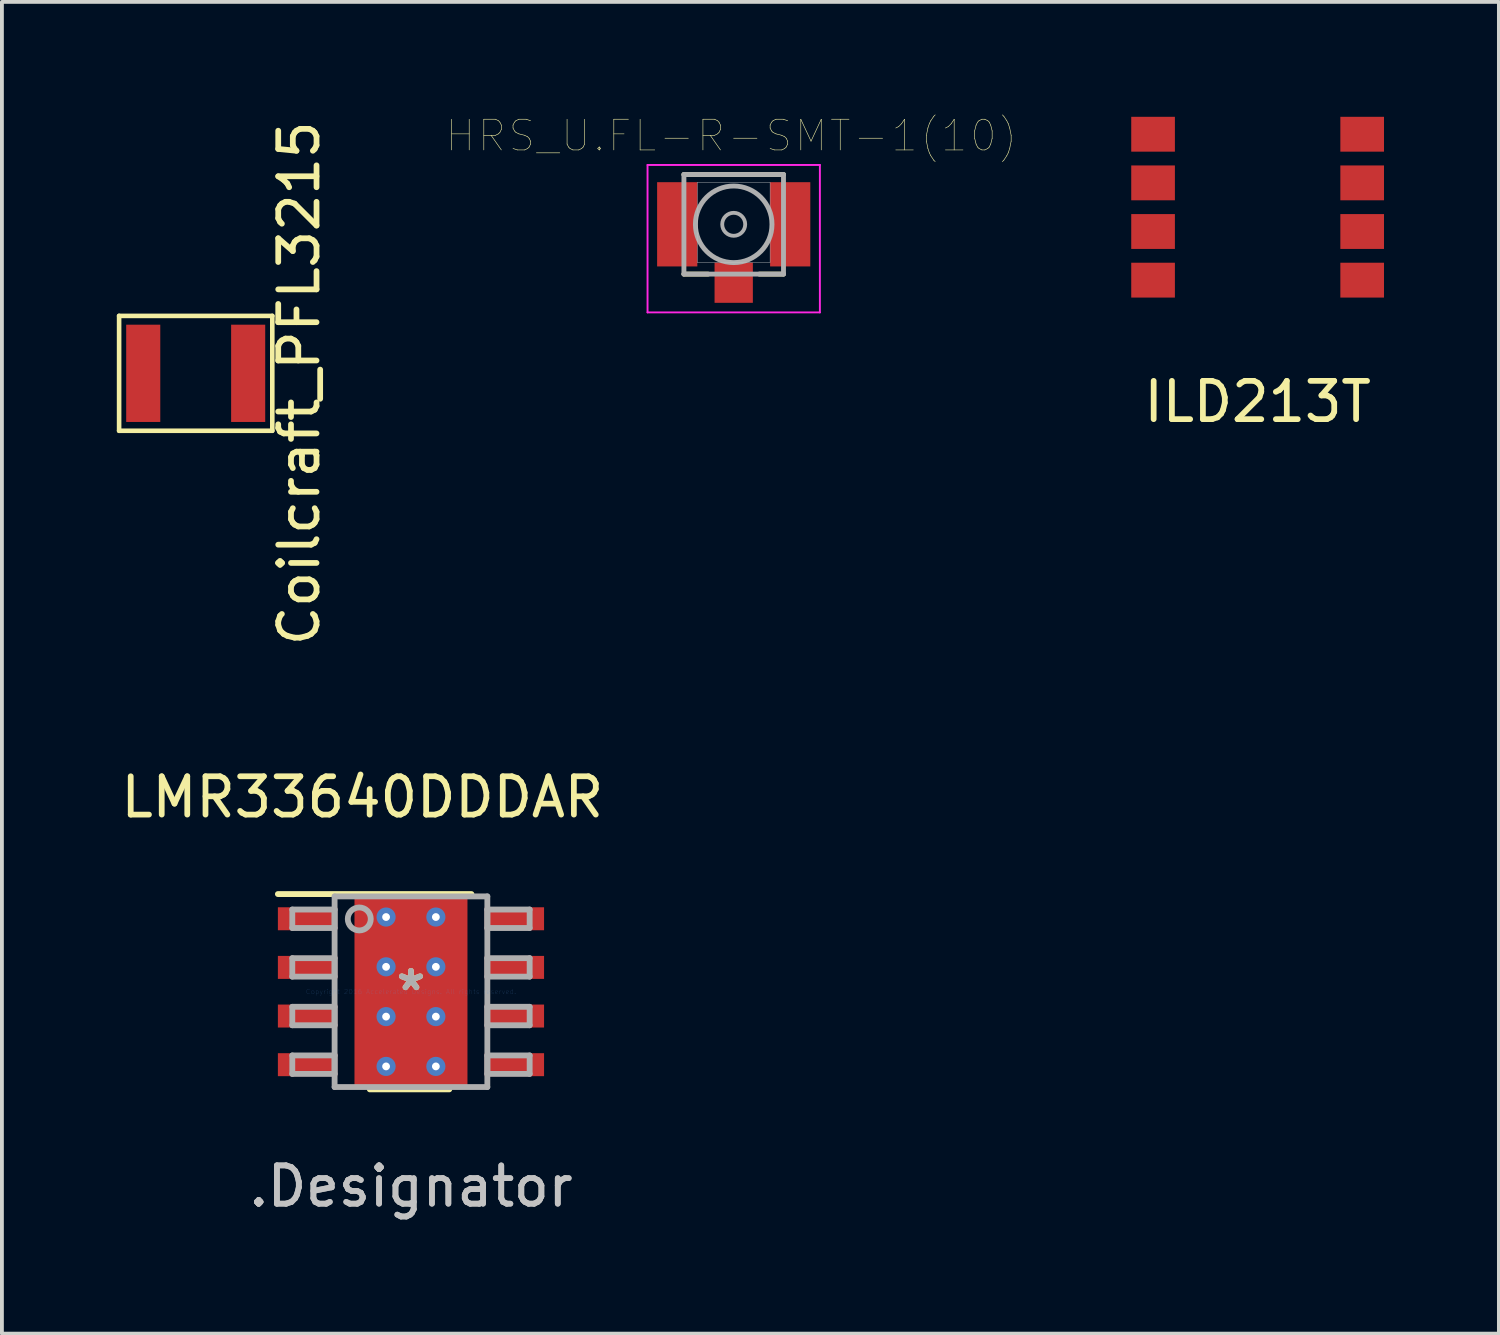
<source format=kicad_pcb>
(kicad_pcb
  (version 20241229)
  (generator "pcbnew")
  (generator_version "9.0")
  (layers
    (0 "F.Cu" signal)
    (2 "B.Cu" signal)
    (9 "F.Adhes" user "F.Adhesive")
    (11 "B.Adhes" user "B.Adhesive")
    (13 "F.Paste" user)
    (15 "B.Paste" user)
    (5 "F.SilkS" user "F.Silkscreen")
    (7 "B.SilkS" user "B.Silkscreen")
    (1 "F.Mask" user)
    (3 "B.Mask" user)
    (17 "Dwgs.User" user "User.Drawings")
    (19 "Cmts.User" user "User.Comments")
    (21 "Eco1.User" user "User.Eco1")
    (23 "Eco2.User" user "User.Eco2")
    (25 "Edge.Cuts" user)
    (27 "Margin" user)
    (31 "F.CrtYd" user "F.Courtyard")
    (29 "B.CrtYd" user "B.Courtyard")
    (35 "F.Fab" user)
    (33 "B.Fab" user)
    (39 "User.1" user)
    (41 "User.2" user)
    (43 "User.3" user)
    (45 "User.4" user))
  (footprint "Coilcraft_PFL3215"
    (layer "F.Cu")
    (at 2.06 6.698)
    (property "Reference" "Coilcraft_PFL3215" (at 2.7 0.26 90) (layer "F.SilkS") (effects (font (size 1 1) (thickness 0.15))))
    (attr through_hole)
    (fp_line (start -2 -1.5) (end 2 -1.5) (stroke (width 0.12) (type solid)) (layer "F.SilkS"))
    (fp_line (start -2 1.5) (end -2 -1.5) (stroke (width 0.12) (type solid)) (layer "F.SilkS"))
    (fp_line (start 2 -1.5) (end 2 1.5) (stroke (width 0.12) (type solid)) (layer "F.SilkS"))
    (fp_line (start 2 1.5) (end -2 1.5) (stroke (width 0.12) (type solid)) (layer "F.SilkS"))
    (pad "1" smd rect (at -1.37 0) (size 0.89 2.54) (layers "F.Cu" "F.Mask" "F.Paste"))
    (pad "2" smd rect (at 1.37 0) (size 0.89 2.54) (layers "F.Cu" "F.Mask" "F.Paste")))
  (footprint "ILD213T"
    (layer "F.Cu")
    (at 29.788 2.36)
    (property "Reference" "ILD213T" (at 0 5.08 0) (layer "F.SilkS") (effects (font (size 1 1) (thickness 0.15))))
    (attr through_hole)
    (pad "1" smd rect (at -2.73 -1.905) (size 1.14 0.91) (layers "F.Cu" "F.Mask" "F.Paste"))
    (pad "2" smd rect (at 2.73 -1.905) (size 1.14 0.91) (layers "F.Cu" "F.Mask" "F.Paste"))
    (pad "3" smd rect (at -2.73 -0.635) (size 1.14 0.91) (layers "F.Cu" "F.Mask" "F.Paste"))
    (pad "4" smd rect (at 2.73 -0.635) (size 1.14 0.91) (layers "F.Cu" "F.Mask" "F.Paste"))
    (pad "5" smd rect (at -2.73 0.635) (size 1.14 0.91) (layers "F.Cu" "F.Mask" "F.Paste"))
    (pad "6" smd rect (at 2.73 0.635) (size 1.14 0.91) (layers "F.Cu" "F.Mask" "F.Paste"))
    (pad "7" smd rect (at -2.73 1.905) (size 1.14 0.91) (layers "F.Cu" "F.Mask" "F.Paste"))
    (pad "8" smd rect (at 2.73 1.905) (size 1.14 0.91) (layers "F.Cu" "F.Mask" "F.Paste")))
  (footprint "HRS_U.FL-R-SMT-1(10)"
    (layer "F.Cu")
    (at 16.108 2.807)
    (property "Reference" "HRS_U.FL-R-SMT-1(10)" (at -0.06 -2.312 0) (layer "F.SilkS") (effects (font (size 0.801 0.801) (thickness 0.015))))
    (attr through_hole)
    (fp_line (start -1.3 -1.3) (end 1.3 -1.3) (stroke (width 0.127) (type solid)) (layer "F.SilkS"))
    (fp_line (start -1.3 1.3) (end -0.67 1.3) (stroke (width 0.127) (type solid)) (layer "F.SilkS"))
    (fp_line (start 1.3 1.3) (end 0.67 1.3) (stroke (width 0.127) (type solid)) (layer "F.SilkS"))
    (fp_poly (pts (xy -0.95 -1.1) (xy 0.95 -1.1) (xy 0.95 1) (xy -0.95 1)) (stroke (width 0.01) (type solid)) (fill no) (layer "Dwgs.User"))
    (fp_line (start -2.25 -1.55) (end 2.25 -1.55) (stroke (width 0.05) (type solid)) (layer "F.CrtYd"))
    (fp_line (start -2.25 2.3) (end -2.25 -1.55) (stroke (width 0.05) (type solid)) (layer "F.CrtYd"))
    (fp_line (start 2.25 -1.55) (end 2.25 2.3) (stroke (width 0.05) (type solid)) (layer "F.CrtYd"))
    (fp_line (start 2.25 2.3) (end -2.25 2.3) (stroke (width 0.05) (type solid)) (layer "F.CrtYd"))
    (fp_line (start -1.3 -1.3) (end 1.3 -1.3) (stroke (width 0.127) (type solid)) (layer "F.Fab"))
    (fp_line (start -1.3 1.3) (end -1.3 -1.3) (stroke (width 0.127) (type solid)) (layer "F.Fab"))
    (fp_line (start 1.3 -1.3) (end 1.3 1.3) (stroke (width 0.127) (type solid)) (layer "F.Fab"))
    (fp_line (start 1.3 1.3) (end -1.3 1.3) (stroke (width 0.127) (type solid)) (layer "F.Fab"))
    (fp_circle (center 0 0) (end 0.3 0) (stroke (width 0.1) (type solid)) (fill no) (layer "F.Fab"))
    (fp_circle (center 0 0) (end 1 0) (stroke (width 0.127) (type solid)) (fill no) (layer "F.Fab"))
    (pad "1" smd rect (at -1.475 0) (size 1.05 2.2) (layers "F.Cu" "F.Mask" "F.Paste"))
    (pad "2" smd rect (at 0 1.525) (size 1 1.05) (layers "F.Cu" "F.Mask" "F.Paste"))
    (pad "3" smd rect (at 1.475 0) (size 1.05 2.2) (layers "F.Cu" "F.Mask" "F.Paste")))
  (footprint "LMR33640DDDAR"
    (layer "F.Cu")
    (at 7.681 22.845)
    (property "Reference" "LMR33640DDDAR" (at -1.27 -5.08 0) (layer "F.SilkS") (effects (font (size 1 1) (thickness 0.15))))
    (attr through_hole)
    (fp_line (start -1.3 -1.55) (end -1.3 1.55) (stroke (width 0.152) (type solid)) (layer "F.Mask"))
    (fp_line (start -1.3 1.55) (end 1.3 1.55) (stroke (width 0.152) (type solid)) (layer "F.Mask"))
    (fp_line (start 1.3 -1.55) (end -1.3 -1.55) (stroke (width 0.152) (type solid)) (layer "F.Mask"))
    (fp_line (start 1.3 1.55) (end 1.3 -1.55) (stroke (width 0.152) (type solid)) (layer "F.Mask"))
    (fp_line (start -3.475 -2.55) (end 1.579 -2.55) (stroke (width 0.152) (type solid)) (layer "F.SilkS"))
    (fp_line (start -1.075 2.55) (end 1 2.55) (stroke (width 0.152) (type solid)) (layer "F.SilkS"))
    (fp_line (start -1.3 -1.55) (end -1.3 1.55) (stroke (width 0.152) (type solid)) (layer "F.Paste"))
    (fp_line (start -1.3 1.55) (end 1.3 1.55) (stroke (width 0.152) (type solid)) (layer "F.Paste"))
    (fp_line (start 1.3 -1.55) (end -1.3 -1.55) (stroke (width 0.152) (type solid)) (layer "F.Paste"))
    (fp_line (start 1.3 1.55) (end 1.3 -1.55) (stroke (width 0.152) (type solid)) (layer "F.Paste"))
    (fp_line (start -3.099 -2.146) (end -1.994 -2.146) (stroke (width 0.152) (type solid)) (layer "F.Fab"))
    (fp_line (start -3.099 -1.664) (end -3.099 -2.146) (stroke (width 0.152) (type solid)) (layer "F.Fab"))
    (fp_line (start -3.099 -1.664) (end -1.994 -1.664) (stroke (width 0.152) (type solid)) (layer "F.Fab"))
    (fp_line (start -3.099 -0.876) (end -1.994 -0.876) (stroke (width 0.152) (type solid)) (layer "F.Fab"))
    (fp_line (start -3.099 -0.394) (end -3.099 -0.876) (stroke (width 0.152) (type solid)) (layer "F.Fab"))
    (fp_line (start -3.099 -0.394) (end -1.994 -0.394) (stroke (width 0.152) (type solid)) (layer "F.Fab"))
    (fp_line (start -3.099 0.394) (end -1.994 0.394) (stroke (width 0.152) (type solid)) (layer "F.Fab"))
    (fp_line (start -3.099 0.876) (end -3.099 0.394) (stroke (width 0.152) (type solid)) (layer "F.Fab"))
    (fp_line (start -3.099 0.876) (end -1.994 0.876) (stroke (width 0.152) (type solid)) (layer "F.Fab"))
    (fp_line (start -3.099 1.664) (end -1.994 1.664) (stroke (width 0.152) (type solid)) (layer "F.Fab"))
    (fp_line (start -3.099 2.146) (end -3.099 1.664) (stroke (width 0.152) (type solid)) (layer "F.Fab"))
    (fp_line (start -3.099 2.146) (end -1.994 2.146) (stroke (width 0.152) (type solid)) (layer "F.Fab"))
    (fp_line (start -1.994 -2.489) (end 1.994 -2.489) (stroke (width 0.152) (type solid)) (layer "F.Fab"))
    (fp_line (start -1.994 -1.664) (end -1.994 -2.146) (stroke (width 0.152) (type solid)) (layer "F.Fab"))
    (fp_line (start -1.994 -0.394) (end -1.994 -0.876) (stroke (width 0.152) (type solid)) (layer "F.Fab"))
    (fp_line (start -1.994 0.876) (end -1.994 0.394) (stroke (width 0.152) (type solid)) (layer "F.Fab"))
    (fp_line (start -1.994 2.146) (end -1.994 1.664) (stroke (width 0.152) (type solid)) (layer "F.Fab"))
    (fp_line (start -1.994 2.489) (end -1.994 -2.489) (stroke (width 0.152) (type solid)) (layer "F.Fab"))
    (fp_line (start -1.994 2.489) (end 1.994 2.489) (stroke (width 0.152) (type solid)) (layer "F.Fab"))
    (fp_line (start 1.994 -2.146) (end 3.099 -2.146) (stroke (width 0.152) (type solid)) (layer "F.Fab"))
    (fp_line (start 1.994 -1.664) (end 1.994 -2.146) (stroke (width 0.152) (type solid)) (layer "F.Fab"))
    (fp_line (start 1.994 -1.664) (end 3.099 -1.664) (stroke (width 0.152) (type solid)) (layer "F.Fab"))
    (fp_line (start 1.994 -0.876) (end 3.099 -0.876) (stroke (width 0.152) (type solid)) (layer "F.Fab"))
    (fp_line (start 1.994 -0.394) (end 1.994 -0.876) (stroke (width 0.152) (type solid)) (layer "F.Fab"))
    (fp_line (start 1.994 -0.394) (end 3.099 -0.394) (stroke (width 0.152) (type solid)) (layer "F.Fab"))
    (fp_line (start 1.994 0.394) (end 3.099 0.394) (stroke (width 0.152) (type solid)) (layer "F.Fab"))
    (fp_line (start 1.994 0.876) (end 1.994 0.394) (stroke (width 0.152) (type solid)) (layer "F.Fab"))
    (fp_line (start 1.994 0.876) (end 3.099 0.876) (stroke (width 0.152) (type solid)) (layer "F.Fab"))
    (fp_line (start 1.994 1.664) (end 3.099 1.664) (stroke (width 0.152) (type solid)) (layer "F.Fab"))
    (fp_line (start 1.994 2.146) (end 1.994 1.664) (stroke (width 0.152) (type solid)) (layer "F.Fab"))
    (fp_line (start 1.994 2.146) (end 3.099 2.146) (stroke (width 0.152) (type solid)) (layer "F.Fab"))
    (fp_line (start 1.994 2.489) (end 1.994 -2.489) (stroke (width 0.152) (type solid)) (layer "F.Fab"))
    (fp_line (start 3.099 -1.664) (end 3.099 -2.146) (stroke (width 0.152) (type solid)) (layer "F.Fab"))
    (fp_line (start 3.099 -0.394) (end 3.099 -0.876) (stroke (width 0.152) (type solid)) (layer "F.Fab"))
    (fp_line (start 3.099 0.876) (end 3.099 0.394) (stroke (width 0.152) (type solid)) (layer "F.Fab"))
    (fp_line (start 3.099 2.146) (end 3.099 1.664) (stroke (width 0.152) (type solid)) (layer "F.Fab"))
    (fp_circle (center -1.35 -1.9) (end -1.05 -1.9) (stroke (width 0.152) (type solid)) (fill no) (layer "F.Fab"))
    (fp_text user "*" (at 0 0 0) (layer "F.SilkS") (effects (font (size 1 1) (thickness 0.15))))
    (fp_text user ".Designator" (at 0 5.08 0) (layer "Dwgs.User") (effects (font (size 1 1) (thickness 0.15))))
    (fp_text user "Copyright 2016 Accelerated Designs. All rights reserved." (at 0 0 0) (layer "Cmts.User") (effects (font (size 0.127 0.127) (thickness 0.002))))
    (fp_text user "*" (at 0 0 0) (layer "F.Fab") (effects (font (size 1 1) (thickness 0.15))))
    (fp_text user ".Designator" (at 0 5.08 0) (layer "F.Fab") (effects (font (size 1 1) (thickness 0.15))))
    (pad "1" smd rect (at -2.7 -1.905 90) (size 0.6 1.55) (layers "F.Cu" "F.Mask" "F.Paste"))
    (pad "2" smd rect (at -2.7 -0.635 90) (size 0.6 1.55) (layers "F.Cu" "F.Mask" "F.Paste"))
    (pad "3" smd rect (at -2.7 0.635 90) (size 0.6 1.55) (layers "F.Cu" "F.Mask" "F.Paste"))
    (pad "4" smd rect (at -2.7 1.905 90) (size 0.6 1.55) (layers "F.Cu" "F.Mask" "F.Paste"))
    (pad "5" smd rect (at 2.7 1.905 90) (size 0.6 1.55) (layers "F.Cu" "F.Mask" "F.Paste"))
    (pad "6" smd rect (at 2.7 0.635 90) (size 0.6 1.55) (layers "F.Cu" "F.Mask" "F.Paste"))
    (pad "7" smd rect (at 2.7 -0.635 90) (size 0.6 1.55) (layers "F.Cu" "F.Mask" "F.Paste"))
    (pad "8" smd rect (at 2.7 -1.905 90) (size 0.6 1.55) (layers "F.Cu" "F.Mask" "F.Paste"))
    (pad "9" thru_hole circle (at -0.65 -1.95) (size 0.5 0.5) (drill 0.203) (layers "*.Cu" "*.Mask"))
    (pad "9" thru_hole circle (at -0.65 -0.65) (size 0.5 0.5) (drill 0.203) (layers "*.Cu" "*.Mask"))
    (pad "9" thru_hole circle (at -0.65 0.65) (size 0.5 0.5) (drill 0.203) (layers "*.Cu" "*.Mask"))
    (pad "9" thru_hole circle (at -0.65 1.95) (size 0.5 0.5) (drill 0.203) (layers "*.Cu" "*.Mask"))
    (pad "9" smd rect (at 0 0) (size 2.95 4.9) (layers "F.Cu" "F.Mask" "F.Paste"))
    (pad "9" thru_hole circle (at 0.65 -1.95) (size 0.5 0.5) (drill 0.203) (layers "*.Cu" "*.Mask"))
    (pad "9" thru_hole circle (at 0.65 -0.65) (size 0.5 0.5) (drill 0.203) (layers "*.Cu" "*.Mask"))
    (pad "9" thru_hole circle (at 0.65 0.65) (size 0.5 0.5) (drill 0.203) (layers "*.Cu" "*.Mask"))
    (pad "9" thru_hole circle (at 0.65 1.95) (size 0.5 0.5) (drill 0.203) (layers "*.Cu" "*.Mask")))
  (gr_rect
    (start -3 -3)
    (end 36.088 31.773)
    (stroke (width 0.1) (type default))
    (fill no)
    (layer "Edge.Cuts")))
</source>
